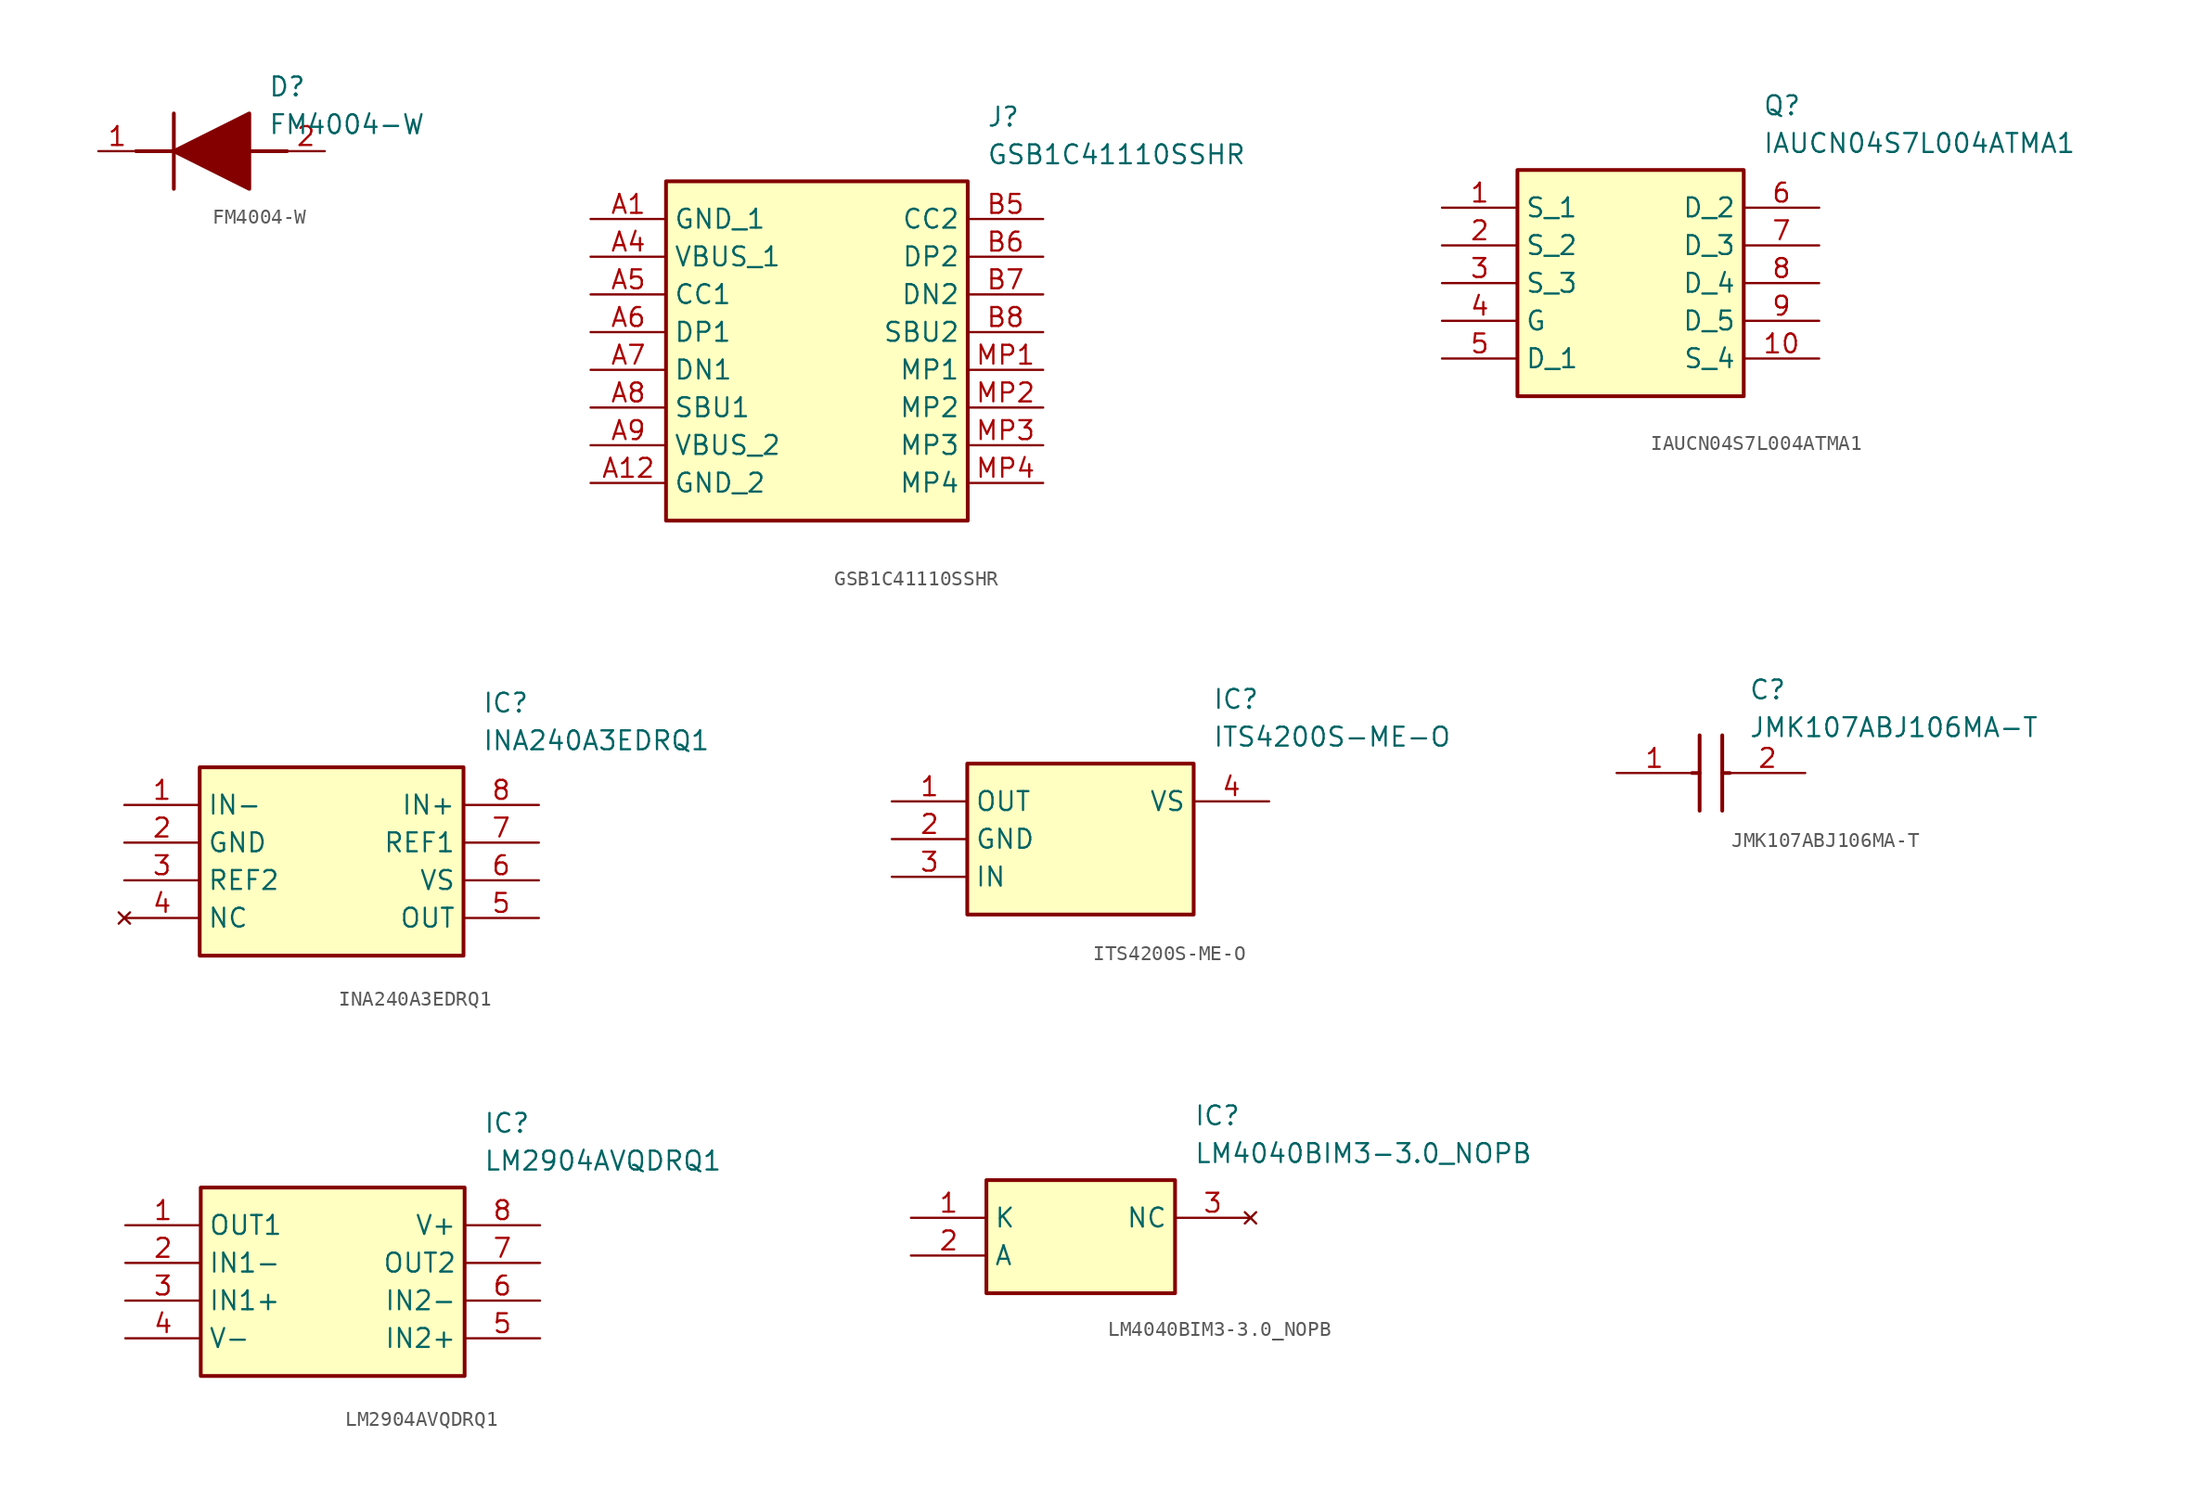
<source format=kicad_sym>
(kicad_symbol_lib
  (version 20231120)
  (generator "kicad_symbol_editor")
  (generator_version "8.0")
  (symbol "FM4004-W"
    (pin_names hide)
    (property "Reference" "D"
      (at 11.43 5.08 0)
      (effects (font (size 1.27 1.27)) (justify left top)))
    (property "Value" "FM4004-W"
      (at 11.43 2.54 0)
      (effects (font (size 1.27 1.27)) (justify left top)))
    (symbol "FM4004-W_1_1"
      (polyline (pts (xy 2.54 0) (xy 5.08 0)) (stroke (width 0.254) (type default)) (fill (type none)))
      (polyline (pts (xy 5.08 2.54) (xy 5.08 -2.54)) (stroke (width 0.254) (type default)) (fill (type none)))
      (polyline (pts (xy 10.16 0) (xy 12.7 0)) (stroke (width 0.254) (type default)) (fill (type none)))
      (polyline (pts (xy 5.08 0) (xy 10.16 2.54) (xy 10.16 -2.54) (xy 5.08 0)) (stroke (width 0.254) (type default)) (fill (type outline)))
      (pin output line (at 0 0 0) (length 2.54) (name "K" (effects (font (size 1.27 1.27)))) (number "1" (effects (font (size 1.27 1.27)))))
      (pin input line (at 15.24 0 180) (length 2.54) (name "A" (effects (font (size 1.27 1.27)))) (number "2" (effects (font (size 1.27 1.27)))))))
  (symbol "GSB1C41110SSHR"
    (property "Reference" "J"
      (at 26.67 7.62 0)
      (effects (font (size 1.27 1.27)) (justify left top)))
    (property "Value" "GSB1C41110SSHR"
      (at 26.67 5.08 0)
      (effects (font (size 1.27 1.27)) (justify left top)))
    (symbol "GSB1C41110SSHR_1_1"
      (rectangle (start 5.08 2.54) (end 25.4 -20.32) (stroke (width 0.254) (type default)) (fill (type background)))
      (pin passive line (at 0 0 0) (length 5.08) (name "GND_1" (effects (font (size 1.27 1.27)))) (number "A1" (effects (font (size 1.27 1.27)))))
      (pin passive line (at 0 -17.78 0) (length 5.08) (name "GND_2" (effects (font (size 1.27 1.27)))) (number "A12" (effects (font (size 1.27 1.27)))))
      (pin passive line (at 0 -2.54 0) (length 5.08) (name "VBUS_1" (effects (font (size 1.27 1.27)))) (number "A4" (effects (font (size 1.27 1.27)))))
      (pin passive line (at 0 -5.08 0) (length 5.08) (name "CC1" (effects (font (size 1.27 1.27)))) (number "A5" (effects (font (size 1.27 1.27)))))
      (pin passive line (at 0 -7.62 0) (length 5.08) (name "DP1" (effects (font (size 1.27 1.27)))) (number "A6" (effects (font (size 1.27 1.27)))))
      (pin passive line (at 0 -10.16 0) (length 5.08) (name "DN1" (effects (font (size 1.27 1.27)))) (number "A7" (effects (font (size 1.27 1.27)))))
      (pin passive line (at 0 -12.7 0) (length 5.08) (name "SBU1" (effects (font (size 1.27 1.27)))) (number "A8" (effects (font (size 1.27 1.27)))))
      (pin passive line (at 0 -15.24 0) (length 5.08) (name "VBUS_2" (effects (font (size 1.27 1.27)))) (number "A9" (effects (font (size 1.27 1.27)))))
      (pin passive line (at 30.48 0 180) (length 5.08) (name "CC2" (effects (font (size 1.27 1.27)))) (number "B5" (effects (font (size 1.27 1.27)))))
      (pin passive line (at 30.48 -2.54 180) (length 5.08) (name "DP2" (effects (font (size 1.27 1.27)))) (number "B6" (effects (font (size 1.27 1.27)))))
      (pin passive line (at 30.48 -5.08 180) (length 5.08) (name "DN2" (effects (font (size 1.27 1.27)))) (number "B7" (effects (font (size 1.27 1.27)))))
      (pin passive line (at 30.48 -7.62 180) (length 5.08) (name "SBU2" (effects (font (size 1.27 1.27)))) (number "B8" (effects (font (size 1.27 1.27)))))
      (pin passive line (at 30.48 -10.16 180) (length 5.08) (name "MP1" (effects (font (size 1.27 1.27)))) (number "MP1" (effects (font (size 1.27 1.27)))))
      (pin passive line (at 30.48 -12.7 180) (length 5.08) (name "MP2" (effects (font (size 1.27 1.27)))) (number "MP2" (effects (font (size 1.27 1.27)))))
      (pin passive line (at 30.48 -15.24 180) (length 5.08) (name "MP3" (effects (font (size 1.27 1.27)))) (number "MP3" (effects (font (size 1.27 1.27)))))
      (pin passive line (at 30.48 -17.78 180) (length 5.08) (name "MP4" (effects (font (size 1.27 1.27)))) (number "MP4" (effects (font (size 1.27 1.27)))))))
  (symbol "IAUCN04S7L004ATMA1"
    (property "Reference" "Q"
      (at 21.59 7.62 0)
      (effects (font (size 1.27 1.27)) (justify left top)))
    (property "Value" "IAUCN04S7L004ATMA1"
      (at 21.59 5.08 0)
      (effects (font (size 1.27 1.27)) (justify left top)))
    (symbol "IAUCN04S7L004ATMA1_1_1"
      (rectangle (start 5.08 2.54) (end 20.32 -12.7) (stroke (width 0.254) (type default)) (fill (type background)))
      (pin passive line (at 0 0 0) (length 5.08) (name "S_1" (effects (font (size 1.27 1.27)))) (number "1" (effects (font (size 1.27 1.27)))))
      (pin passive line (at 25.4 -10.16 180) (length 5.08) (name "S_4" (effects (font (size 1.27 1.27)))) (number "10" (effects (font (size 1.27 1.27)))))
      (pin passive line (at 0 -2.54 0) (length 5.08) (name "S_2" (effects (font (size 1.27 1.27)))) (number "2" (effects (font (size 1.27 1.27)))))
      (pin passive line (at 0 -5.08 0) (length 5.08) (name "S_3" (effects (font (size 1.27 1.27)))) (number "3" (effects (font (size 1.27 1.27)))))
      (pin passive line (at 0 -7.62 0) (length 5.08) (name "G" (effects (font (size 1.27 1.27)))) (number "4" (effects (font (size 1.27 1.27)))))
      (pin passive line (at 0 -10.16 0) (length 5.08) (name "D_1" (effects (font (size 1.27 1.27)))) (number "5" (effects (font (size 1.27 1.27)))))
      (pin passive line (at 25.4 0 180) (length 5.08) (name "D_2" (effects (font (size 1.27 1.27)))) (number "6" (effects (font (size 1.27 1.27)))))
      (pin passive line (at 25.4 -2.54 180) (length 5.08) (name "D_3" (effects (font (size 1.27 1.27)))) (number "7" (effects (font (size 1.27 1.27)))))
      (pin passive line (at 25.4 -5.08 180) (length 5.08) (name "D_4" (effects (font (size 1.27 1.27)))) (number "8" (effects (font (size 1.27 1.27)))))
      (pin passive line (at 25.4 -7.62 180) (length 5.08) (name "D_5" (effects (font (size 1.27 1.27)))) (number "9" (effects (font (size 1.27 1.27)))))))
  (symbol "INA240A3EDRQ1"
    (property "Reference" "IC"
      (at 24.13 7.62 0)
      (effects (font (size 1.27 1.27)) (justify left top)))
    (property "Value" "INA240A3EDRQ1"
      (at 24.13 5.08 0)
      (effects (font (size 1.27 1.27)) (justify left top)))
    (symbol "INA240A3EDRQ1_1_1"
      (rectangle (start 5.08 2.54) (end 22.86 -10.16) (stroke (width 0.254) (type default)) (fill (type background)))
      (pin passive line (at 0 0 0) (length 5.08) (name "IN-" (effects (font (size 1.27 1.27)))) (number "1" (effects (font (size 1.27 1.27)))))
      (pin passive line (at 0 -2.54 0) (length 5.08) (name "GND" (effects (font (size 1.27 1.27)))) (number "2" (effects (font (size 1.27 1.27)))))
      (pin passive line (at 0 -5.08 0) (length 5.08) (name "REF2" (effects (font (size 1.27 1.27)))) (number "3" (effects (font (size 1.27 1.27)))))
      (pin no_connect line (at 0 -7.62 0) (length 5.08) (name "NC" (effects (font (size 1.27 1.27)))) (number "4" (effects (font (size 1.27 1.27)))))
      (pin passive line (at 27.94 -7.62 180) (length 5.08) (name "OUT" (effects (font (size 1.27 1.27)))) (number "5" (effects (font (size 1.27 1.27)))))
      (pin passive line (at 27.94 -5.08 180) (length 5.08) (name "VS" (effects (font (size 1.27 1.27)))) (number "6" (effects (font (size 1.27 1.27)))))
      (pin passive line (at 27.94 -2.54 180) (length 5.08) (name "REF1" (effects (font (size 1.27 1.27)))) (number "7" (effects (font (size 1.27 1.27)))))
      (pin passive line (at 27.94 0 180) (length 5.08) (name "IN+" (effects (font (size 1.27 1.27)))) (number "8" (effects (font (size 1.27 1.27)))))))
  (symbol "ITS4200S-ME-O"
    (property "Reference" "IC"
      (at 21.59 7.62 0)
      (effects (font (size 1.27 1.27)) (justify left top)))
    (property "Value" "ITS4200S-ME-O"
      (at 21.59 5.08 0)
      (effects (font (size 1.27 1.27)) (justify left top)))
    (symbol "ITS4200S-ME-O_1_1"
      (rectangle (start 5.08 2.54) (end 20.32 -7.62) (stroke (width 0.254) (type default)) (fill (type background)))
      (pin passive line (at 0 0 0) (length 5.08) (name "OUT" (effects (font (size 1.27 1.27)))) (number "1" (effects (font (size 1.27 1.27)))))
      (pin passive line (at 0 -2.54 0) (length 5.08) (name "GND" (effects (font (size 1.27 1.27)))) (number "2" (effects (font (size 1.27 1.27)))))
      (pin passive line (at 0 -5.08 0) (length 5.08) (name "IN" (effects (font (size 1.27 1.27)))) (number "3" (effects (font (size 1.27 1.27)))))
      (pin passive line (at 25.4 0 180) (length 5.08) (name "VS" (effects (font (size 1.27 1.27)))) (number "4" (effects (font (size 1.27 1.27)))))))
  (symbol "JMK107ABJ106MA-T"
    (pin_names hide)
    (property "Reference" "C"
      (at 8.89 6.35 0)
      (effects (font (size 1.27 1.27)) (justify left top)))
    (property "Value" "JMK107ABJ106MA-T"
      (at 8.89 3.81 0)
      (effects (font (size 1.27 1.27)) (justify left top)))
    (polyline
      (pts (xy 5.588 2.54) (xy 5.588 -2.54))
      (stroke (width 0.254) (type default))
      (fill (type none)))
    (polyline
      (pts (xy 7.112 2.54) (xy 7.112 -2.54))
      (stroke (width 0.254) (type default))
      (fill (type none)))
    (polyline
      (pts (xy 5.08 0) (xy 5.588 0))
      (stroke (width 0.254) (type default))
      (fill (type none)))
    (polyline
      (pts (xy 7.112 0) (xy 7.62 0))
      (stroke (width 0.254) (type default))
      (fill (type none)))
    (pin passive line
      (at 0 0 0)
      (length 5.08)
      (name "1" (effects (font (size 1.27 1.27))))
      (number "1" (effects (font (size 1.27 1.27)))))
    (pin passive line
      (at 12.7 0 180)
      (length 5.08)
      (name "2" (effects (font (size 1.27 1.27))))
      (number "2" (effects (font (size 1.27 1.27))))))
  (symbol "LM2904AVQDRQ1"
    (property "Reference" "IC"
      (at 24.13 7.62 0)
      (effects (font (size 1.27 1.27)) (justify left top)))
    (property "Value" "LM2904AVQDRQ1"
      (at 24.13 5.08 0)
      (effects (font (size 1.27 1.27)) (justify left top)))
    (symbol "LM2904AVQDRQ1_1_1"
      (rectangle (start 5.08 2.54) (end 22.86 -10.16) (stroke (width 0.254) (type default)) (fill (type background)))
      (pin passive line (at 0 0 0) (length 5.08) (name "OUT1" (effects (font (size 1.27 1.27)))) (number "1" (effects (font (size 1.27 1.27)))))
      (pin passive line (at 0 -2.54 0) (length 5.08) (name "IN1-" (effects (font (size 1.27 1.27)))) (number "2" (effects (font (size 1.27 1.27)))))
      (pin passive line (at 0 -5.08 0) (length 5.08) (name "IN1+" (effects (font (size 1.27 1.27)))) (number "3" (effects (font (size 1.27 1.27)))))
      (pin passive line (at 0 -7.62 0) (length 5.08) (name "V-" (effects (font (size 1.27 1.27)))) (number "4" (effects (font (size 1.27 1.27)))))
      (pin passive line (at 27.94 -7.62 180) (length 5.08) (name "IN2+" (effects (font (size 1.27 1.27)))) (number "5" (effects (font (size 1.27 1.27)))))
      (pin passive line (at 27.94 -5.08 180) (length 5.08) (name "IN2-" (effects (font (size 1.27 1.27)))) (number "6" (effects (font (size 1.27 1.27)))))
      (pin passive line (at 27.94 -2.54 180) (length 5.08) (name "OUT2" (effects (font (size 1.27 1.27)))) (number "7" (effects (font (size 1.27 1.27)))))
      (pin passive line (at 27.94 0 180) (length 5.08) (name "V+" (effects (font (size 1.27 1.27)))) (number "8" (effects (font (size 1.27 1.27)))))))
  (symbol "LM4040BIM3-3.0_NOPB"
    (property "Reference" "IC"
      (at 19.05 7.62 0)
      (effects (font (size 1.27 1.27)) (justify left top)))
    (property "Value" "LM4040BIM3-3.0_NOPB"
      (at 19.05 5.08 0)
      (effects (font (size 1.27 1.27)) (justify left top)))
    (symbol "LM4040BIM3-3.0_NOPB_1_1"
      (rectangle (start 5.08 2.54) (end 17.78 -5.08) (stroke (width 0.254) (type default)) (fill (type background)))
      (pin passive line (at 0 0 0) (length 5.08) (name "K" (effects (font (size 1.27 1.27)))) (number "1" (effects (font (size 1.27 1.27)))))
      (pin passive line (at 0 -2.54 0) (length 5.08) (name "A" (effects (font (size 1.27 1.27)))) (number "2" (effects (font (size 1.27 1.27)))))
      (pin no_connect line (at 22.86 0 180) (length 5.08) (name "NC" (effects (font (size 1.27 1.27)))) (number "3" (effects (font (size 1.27 1.27))))))))
</source>
